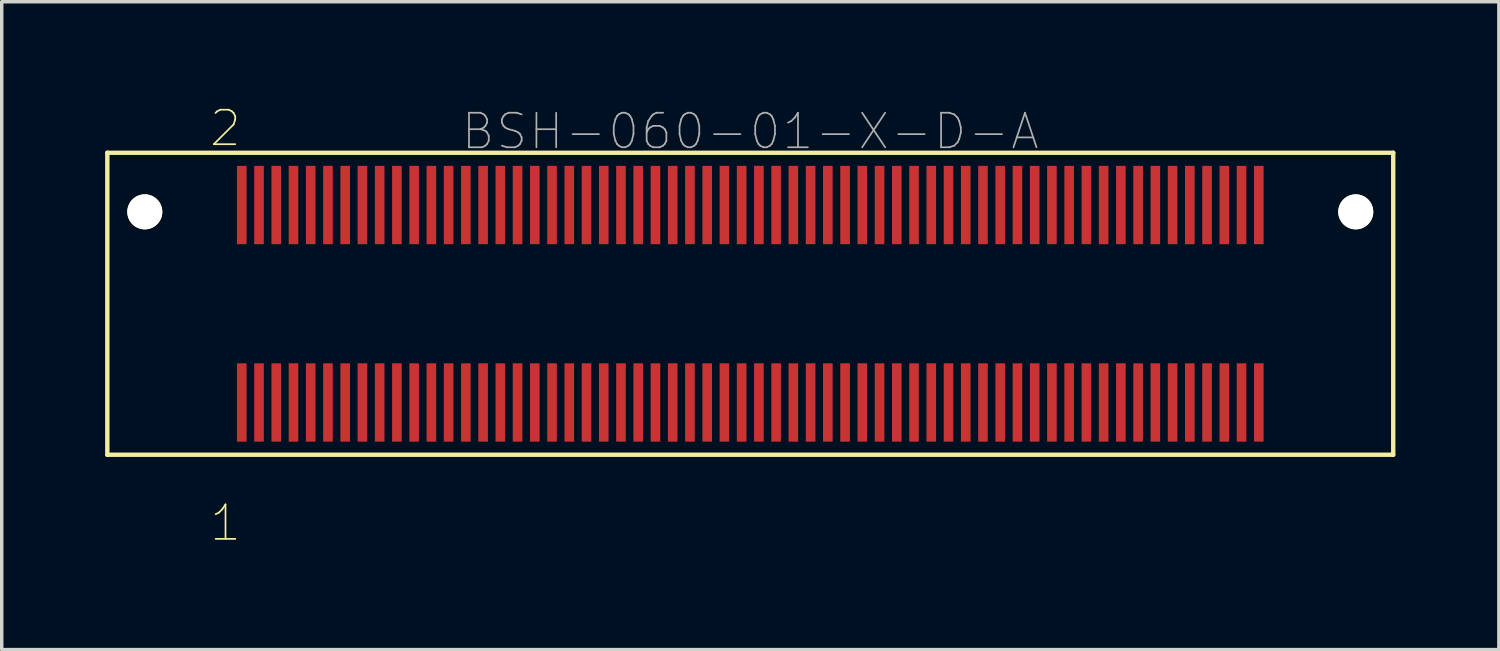
<source format=kicad_pcb>
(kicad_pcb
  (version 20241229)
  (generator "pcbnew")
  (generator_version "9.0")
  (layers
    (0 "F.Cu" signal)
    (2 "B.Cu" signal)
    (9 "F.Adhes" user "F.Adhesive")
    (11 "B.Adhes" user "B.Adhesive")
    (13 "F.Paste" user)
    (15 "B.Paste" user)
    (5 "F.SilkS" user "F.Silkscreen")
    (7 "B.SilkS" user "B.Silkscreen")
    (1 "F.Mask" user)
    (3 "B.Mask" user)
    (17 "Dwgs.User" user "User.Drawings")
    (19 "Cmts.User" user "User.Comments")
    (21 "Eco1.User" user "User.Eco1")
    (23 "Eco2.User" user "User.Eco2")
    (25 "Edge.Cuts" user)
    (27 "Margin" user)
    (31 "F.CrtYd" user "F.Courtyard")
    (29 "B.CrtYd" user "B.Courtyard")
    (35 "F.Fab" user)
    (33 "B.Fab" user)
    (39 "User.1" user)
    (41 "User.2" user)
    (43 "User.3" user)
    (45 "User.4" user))
  (footprint "BSH-060-01-X-D-A"
    (layer "F.Cu")
    (at 18.713 5.761)
    (property "Reference" "BSH-060-01-X-D-A" (at 0 -5 0) (layer "F.Fab") (effects (font (size 1.002 1.002) (thickness 0.05))))
    (attr smd)
    (fp_line (start -18.65 -4.38) (end 18.65 -4.38) (stroke (width 0.127) (type solid)) (layer "F.SilkS"))
    (fp_line (start -18.65 4.38) (end -18.65 -4.38) (stroke (width 0.127) (type solid)) (layer "F.SilkS"))
    (fp_line (start 18.65 -4.38) (end 18.65 4.38) (stroke (width 0.127) (type solid)) (layer "F.SilkS"))
    (fp_line (start 18.65 4.38) (end -18.65 4.38) (stroke (width 0.127) (type solid)) (layer "F.SilkS"))
    (fp_line (start -18.15 -3.62) (end 18.15 -3.62) (stroke (width 0.127) (type solid)) (layer "Eco2.User"))
    (fp_line (start -18.15 3.62) (end -18.15 -3.62) (stroke (width 0.127) (type solid)) (layer "Eco2.User"))
    (fp_line (start 18.15 -3.62) (end 18.15 3.62) (stroke (width 0.127) (type solid)) (layer "Eco2.User"))
    (fp_line (start 18.15 3.62) (end -18.15 3.62) (stroke (width 0.127) (type solid)) (layer "Eco2.User"))
    (fp_text user "2" (at -15.226 -5.089 0) (layer "F.SilkS") (effects (font (size 1 1) (thickness 0.05))))
    (fp_text user "1" (at -15.222 6.359 0) (layer "F.SilkS") (effects (font (size 1 1) (thickness 0.05))))
    (pad "" np_thru_hole circle (at -17.563 -2.666) (size 1.016 1.016) (drill 1.016) (layers "*.Cu" "*.Mask" "F.SilkS"))
    (pad "" np_thru_hole circle (at 17.563 -2.666) (size 1.016 1.016) (drill 1.016) (layers "*.Cu" "*.Mask" "F.SilkS"))
    (pad "1" smd rect (at -14.75 2.864) (size 0.279 2.273) (layers "F.Cu" "F.Mask" "F.Paste"))
    (pad "2" smd rect (at -14.75 -2.864) (size 0.279 2.273) (layers "F.Cu" "F.Mask" "F.Paste"))
    (pad "3" smd rect (at -14.25 2.864) (size 0.279 2.273) (layers "F.Cu" "F.Mask" "F.Paste"))
    (pad "4" smd rect (at -14.25 -2.864) (size 0.279 2.273) (layers "F.Cu" "F.Mask" "F.Paste"))
    (pad "5" smd rect (at -13.75 2.864) (size 0.279 2.273) (layers "F.Cu" "F.Mask" "F.Paste"))
    (pad "6" smd rect (at -13.75 -2.864) (size 0.279 2.273) (layers "F.Cu" "F.Mask" "F.Paste"))
    (pad "7" smd rect (at -13.25 2.864) (size 0.279 2.273) (layers "F.Cu" "F.Mask" "F.Paste"))
    (pad "8" smd rect (at -13.25 -2.864) (size 0.279 2.273) (layers "F.Cu" "F.Mask" "F.Paste"))
    (pad "9" smd rect (at -12.75 2.864) (size 0.279 2.273) (layers "F.Cu" "F.Mask" "F.Paste"))
    (pad "10" smd rect (at -12.75 -2.864) (size 0.279 2.273) (layers "F.Cu" "F.Mask" "F.Paste"))
    (pad "11" smd rect (at -12.25 2.864) (size 0.279 2.273) (layers "F.Cu" "F.Mask" "F.Paste"))
    (pad "12" smd rect (at -12.25 -2.864) (size 0.279 2.273) (layers "F.Cu" "F.Mask" "F.Paste"))
    (pad "13" smd rect (at -11.75 2.864) (size 0.279 2.273) (layers "F.Cu" "F.Mask" "F.Paste"))
    (pad "14" smd rect (at -11.75 -2.864) (size 0.279 2.273) (layers "F.Cu" "F.Mask" "F.Paste"))
    (pad "15" smd rect (at -11.25 2.864) (size 0.279 2.273) (layers "F.Cu" "F.Mask" "F.Paste"))
    (pad "16" smd rect (at -11.25 -2.864) (size 0.279 2.273) (layers "F.Cu" "F.Mask" "F.Paste"))
    (pad "17" smd rect (at -10.75 2.864) (size 0.279 2.273) (layers "F.Cu" "F.Mask" "F.Paste"))
    (pad "18" smd rect (at -10.75 -2.864) (size 0.279 2.273) (layers "F.Cu" "F.Mask" "F.Paste"))
    (pad "19" smd rect (at -10.25 2.864) (size 0.279 2.273) (layers "F.Cu" "F.Mask" "F.Paste"))
    (pad "20" smd rect (at -10.25 -2.864) (size 0.279 2.273) (layers "F.Cu" "F.Mask" "F.Paste"))
    (pad "21" smd rect (at -9.75 2.864) (size 0.279 2.273) (layers "F.Cu" "F.Mask" "F.Paste"))
    (pad "22" smd rect (at -9.75 -2.864) (size 0.279 2.273) (layers "F.Cu" "F.Mask" "F.Paste"))
    (pad "23" smd rect (at -9.25 2.864) (size 0.279 2.273) (layers "F.Cu" "F.Mask" "F.Paste"))
    (pad "24" smd rect (at -9.25 -2.864) (size 0.279 2.273) (layers "F.Cu" "F.Mask" "F.Paste"))
    (pad "25" smd rect (at -8.75 2.864) (size 0.279 2.273) (layers "F.Cu" "F.Mask" "F.Paste"))
    (pad "26" smd rect (at -8.75 -2.864) (size 0.279 2.273) (layers "F.Cu" "F.Mask" "F.Paste"))
    (pad "27" smd rect (at -8.25 2.864) (size 0.279 2.273) (layers "F.Cu" "F.Mask" "F.Paste"))
    (pad "28" smd rect (at -8.25 -2.864) (size 0.279 2.273) (layers "F.Cu" "F.Mask" "F.Paste"))
    (pad "29" smd rect (at -7.75 2.864) (size 0.279 2.273) (layers "F.Cu" "F.Mask" "F.Paste"))
    (pad "30" smd rect (at -7.75 -2.864) (size 0.279 2.273) (layers "F.Cu" "F.Mask" "F.Paste"))
    (pad "31" smd rect (at -7.25 2.864) (size 0.279 2.273) (layers "F.Cu" "F.Mask" "F.Paste"))
    (pad "32" smd rect (at -7.25 -2.864) (size 0.279 2.273) (layers "F.Cu" "F.Mask" "F.Paste"))
    (pad "33" smd rect (at -6.75 2.864) (size 0.279 2.273) (layers "F.Cu" "F.Mask" "F.Paste"))
    (pad "34" smd rect (at -6.75 -2.864) (size 0.279 2.273) (layers "F.Cu" "F.Mask" "F.Paste"))
    (pad "35" smd rect (at -6.25 2.864) (size 0.279 2.273) (layers "F.Cu" "F.Mask" "F.Paste"))
    (pad "36" smd rect (at -6.25 -2.864) (size 0.279 2.273) (layers "F.Cu" "F.Mask" "F.Paste"))
    (pad "37" smd rect (at -5.75 2.864) (size 0.279 2.273) (layers "F.Cu" "F.Mask" "F.Paste"))
    (pad "38" smd rect (at -5.75 -2.864) (size 0.279 2.273) (layers "F.Cu" "F.Mask" "F.Paste"))
    (pad "39" smd rect (at -5.25 2.864) (size 0.279 2.273) (layers "F.Cu" "F.Mask" "F.Paste"))
    (pad "40" smd rect (at -5.25 -2.864) (size 0.279 2.273) (layers "F.Cu" "F.Mask" "F.Paste"))
    (pad "41" smd rect (at -4.75 2.864) (size 0.279 2.273) (layers "F.Cu" "F.Mask" "F.Paste"))
    (pad "42" smd rect (at -4.75 -2.864) (size 0.279 2.273) (layers "F.Cu" "F.Mask" "F.Paste"))
    (pad "43" smd rect (at -4.25 2.864) (size 0.279 2.273) (layers "F.Cu" "F.Mask" "F.Paste"))
    (pad "44" smd rect (at -4.25 -2.864) (size 0.279 2.273) (layers "F.Cu" "F.Mask" "F.Paste"))
    (pad "45" smd rect (at -3.75 2.864) (size 0.279 2.273) (layers "F.Cu" "F.Mask" "F.Paste"))
    (pad "46" smd rect (at -3.75 -2.864) (size 0.279 2.273) (layers "F.Cu" "F.Mask" "F.Paste"))
    (pad "47" smd rect (at -3.25 2.864) (size 0.279 2.273) (layers "F.Cu" "F.Mask" "F.Paste"))
    (pad "48" smd rect (at -3.25 -2.864) (size 0.279 2.273) (layers "F.Cu" "F.Mask" "F.Paste"))
    (pad "49" smd rect (at -2.75 2.864) (size 0.279 2.273) (layers "F.Cu" "F.Mask" "F.Paste"))
    (pad "50" smd rect (at -2.75 -2.864) (size 0.279 2.273) (layers "F.Cu" "F.Mask" "F.Paste"))
    (pad "51" smd rect (at -2.25 2.864) (size 0.279 2.273) (layers "F.Cu" "F.Mask" "F.Paste"))
    (pad "52" smd rect (at -2.25 -2.864) (size 0.279 2.273) (layers "F.Cu" "F.Mask" "F.Paste"))
    (pad "53" smd rect (at -1.75 2.864) (size 0.279 2.273) (layers "F.Cu" "F.Mask" "F.Paste"))
    (pad "54" smd rect (at -1.75 -2.864) (size 0.279 2.273) (layers "F.Cu" "F.Mask" "F.Paste"))
    (pad "55" smd rect (at -1.25 2.864) (size 0.279 2.273) (layers "F.Cu" "F.Mask" "F.Paste"))
    (pad "56" smd rect (at -1.25 -2.864) (size 0.279 2.273) (layers "F.Cu" "F.Mask" "F.Paste"))
    (pad "57" smd rect (at -0.75 2.864) (size 0.279 2.273) (layers "F.Cu" "F.Mask" "F.Paste"))
    (pad "58" smd rect (at -0.75 -2.864) (size 0.279 2.273) (layers "F.Cu" "F.Mask" "F.Paste"))
    (pad "59" smd rect (at -0.25 2.864) (size 0.279 2.273) (layers "F.Cu" "F.Mask" "F.Paste"))
    (pad "60" smd rect (at -0.25 -2.864) (size 0.279 2.273) (layers "F.Cu" "F.Mask" "F.Paste"))
    (pad "61" smd rect (at 0.25 2.864) (size 0.279 2.273) (layers "F.Cu" "F.Mask" "F.Paste"))
    (pad "62" smd rect (at 0.25 -2.864) (size 0.279 2.273) (layers "F.Cu" "F.Mask" "F.Paste"))
    (pad "63" smd rect (at 0.75 2.864) (size 0.279 2.273) (layers "F.Cu" "F.Mask" "F.Paste"))
    (pad "64" smd rect (at 0.75 -2.864) (size 0.279 2.273) (layers "F.Cu" "F.Mask" "F.Paste"))
    (pad "65" smd rect (at 1.25 2.864) (size 0.279 2.273) (layers "F.Cu" "F.Mask" "F.Paste"))
    (pad "66" smd rect (at 1.25 -2.864) (size 0.279 2.273) (layers "F.Cu" "F.Mask" "F.Paste"))
    (pad "67" smd rect (at 1.75 2.864) (size 0.279 2.273) (layers "F.Cu" "F.Mask" "F.Paste"))
    (pad "68" smd rect (at 1.75 -2.864) (size 0.279 2.273) (layers "F.Cu" "F.Mask" "F.Paste"))
    (pad "69" smd rect (at 2.25 2.864) (size 0.279 2.273) (layers "F.Cu" "F.Mask" "F.Paste"))
    (pad "70" smd rect (at 2.25 -2.864) (size 0.279 2.273) (layers "F.Cu" "F.Mask" "F.Paste"))
    (pad "71" smd rect (at 2.75 2.864) (size 0.279 2.273) (layers "F.Cu" "F.Mask" "F.Paste"))
    (pad "72" smd rect (at 2.75 -2.864) (size 0.279 2.273) (layers "F.Cu" "F.Mask" "F.Paste"))
    (pad "73" smd rect (at 3.25 2.864) (size 0.279 2.273) (layers "F.Cu" "F.Mask" "F.Paste"))
    (pad "74" smd rect (at 3.25 -2.864) (size 0.279 2.273) (layers "F.Cu" "F.Mask" "F.Paste"))
    (pad "75" smd rect (at 3.75 2.864) (size 0.279 2.273) (layers "F.Cu" "F.Mask" "F.Paste"))
    (pad "76" smd rect (at 3.75 -2.864) (size 0.279 2.273) (layers "F.Cu" "F.Mask" "F.Paste"))
    (pad "77" smd rect (at 4.25 2.864) (size 0.279 2.273) (layers "F.Cu" "F.Mask" "F.Paste"))
    (pad "78" smd rect (at 4.25 -2.864) (size 0.279 2.273) (layers "F.Cu" "F.Mask" "F.Paste"))
    (pad "79" smd rect (at 4.75 2.864) (size 0.279 2.273) (layers "F.Cu" "F.Mask" "F.Paste"))
    (pad "80" smd rect (at 4.75 -2.864) (size 0.279 2.273) (layers "F.Cu" "F.Mask" "F.Paste"))
    (pad "81" smd rect (at 5.25 2.864) (size 0.279 2.273) (layers "F.Cu" "F.Mask" "F.Paste"))
    (pad "82" smd rect (at 5.25 -2.864) (size 0.279 2.273) (layers "F.Cu" "F.Mask" "F.Paste"))
    (pad "83" smd rect (at 5.75 2.864) (size 0.279 2.273) (layers "F.Cu" "F.Mask" "F.Paste"))
    (pad "84" smd rect (at 5.75 -2.864) (size 0.279 2.273) (layers "F.Cu" "F.Mask" "F.Paste"))
    (pad "85" smd rect (at 6.25 2.864) (size 0.279 2.273) (layers "F.Cu" "F.Mask" "F.Paste"))
    (pad "86" smd rect (at 6.25 -2.864) (size 0.279 2.273) (layers "F.Cu" "F.Mask" "F.Paste"))
    (pad "87" smd rect (at 6.75 2.864) (size 0.279 2.273) (layers "F.Cu" "F.Mask" "F.Paste"))
    (pad "88" smd rect (at 6.75 -2.864) (size 0.279 2.273) (layers "F.Cu" "F.Mask" "F.Paste"))
    (pad "89" smd rect (at 7.25 2.864) (size 0.279 2.273) (layers "F.Cu" "F.Mask" "F.Paste"))
    (pad "90" smd rect (at 7.25 -2.864) (size 0.279 2.273) (layers "F.Cu" "F.Mask" "F.Paste"))
    (pad "91" smd rect (at 7.75 2.864) (size 0.279 2.273) (layers "F.Cu" "F.Mask" "F.Paste"))
    (pad "92" smd rect (at 7.75 -2.864) (size 0.279 2.273) (layers "F.Cu" "F.Mask" "F.Paste"))
    (pad "93" smd rect (at 8.25 2.864) (size 0.279 2.273) (layers "F.Cu" "F.Mask" "F.Paste"))
    (pad "94" smd rect (at 8.25 -2.864) (size 0.279 2.273) (layers "F.Cu" "F.Mask" "F.Paste"))
    (pad "95" smd rect (at 8.75 2.864) (size 0.279 2.273) (layers "F.Cu" "F.Mask" "F.Paste"))
    (pad "96" smd rect (at 8.75 -2.864) (size 0.279 2.273) (layers "F.Cu" "F.Mask" "F.Paste"))
    (pad "97" smd rect (at 9.25 2.864) (size 0.279 2.273) (layers "F.Cu" "F.Mask" "F.Paste"))
    (pad "98" smd rect (at 9.25 -2.864) (size 0.279 2.273) (layers "F.Cu" "F.Mask" "F.Paste"))
    (pad "99" smd rect (at 9.75 2.864) (size 0.279 2.273) (layers "F.Cu" "F.Mask" "F.Paste"))
    (pad "100" smd rect (at 9.75 -2.864) (size 0.279 2.273) (layers "F.Cu" "F.Mask" "F.Paste"))
    (pad "101" smd rect (at 10.25 2.864) (size 0.279 2.273) (layers "F.Cu" "F.Mask" "F.Paste"))
    (pad "102" smd rect (at 10.25 -2.864) (size 0.279 2.273) (layers "F.Cu" "F.Mask" "F.Paste"))
    (pad "103" smd rect (at 10.75 2.864) (size 0.279 2.273) (layers "F.Cu" "F.Mask" "F.Paste"))
    (pad "104" smd rect (at 10.75 -2.864) (size 0.279 2.273) (layers "F.Cu" "F.Mask" "F.Paste"))
    (pad "105" smd rect (at 11.25 2.864) (size 0.279 2.273) (layers "F.Cu" "F.Mask" "F.Paste"))
    (pad "106" smd rect (at 11.25 -2.864) (size 0.279 2.273) (layers "F.Cu" "F.Mask" "F.Paste"))
    (pad "107" smd rect (at 11.75 2.864) (size 0.279 2.273) (layers "F.Cu" "F.Mask" "F.Paste"))
    (pad "108" smd rect (at 11.75 -2.864) (size 0.279 2.273) (layers "F.Cu" "F.Mask" "F.Paste"))
    (pad "109" smd rect (at 12.25 2.864) (size 0.279 2.273) (layers "F.Cu" "F.Mask" "F.Paste"))
    (pad "110" smd rect (at 12.25 -2.864) (size 0.279 2.273) (layers "F.Cu" "F.Mask" "F.Paste"))
    (pad "111" smd rect (at 12.75 2.864) (size 0.279 2.273) (layers "F.Cu" "F.Mask" "F.Paste"))
    (pad "112" smd rect (at 12.75 -2.864) (size 0.279 2.273) (layers "F.Cu" "F.Mask" "F.Paste"))
    (pad "113" smd rect (at 13.25 2.864) (size 0.279 2.273) (layers "F.Cu" "F.Mask" "F.Paste"))
    (pad "114" smd rect (at 13.25 -2.864) (size 0.279 2.273) (layers "F.Cu" "F.Mask" "F.Paste"))
    (pad "115" smd rect (at 13.75 2.864) (size 0.279 2.273) (layers "F.Cu" "F.Mask" "F.Paste"))
    (pad "116" smd rect (at 13.75 -2.864) (size 0.279 2.273) (layers "F.Cu" "F.Mask" "F.Paste"))
    (pad "117" smd rect (at 14.25 2.864) (size 0.279 2.273) (layers "F.Cu" "F.Mask" "F.Paste"))
    (pad "118" smd rect (at 14.25 -2.864) (size 0.279 2.273) (layers "F.Cu" "F.Mask" "F.Paste"))
    (pad "119" smd rect (at 14.75 2.864) (size 0.279 2.273) (layers "F.Cu" "F.Mask" "F.Paste"))
    (pad "120" smd rect (at 14.75 -2.864) (size 0.279 2.273) (layers "F.Cu" "F.Mask" "F.Paste")))
  (gr_rect
    (start -3 -3)
    (end 40.427 15.793)
    (stroke (width 0.1) (type default))
    (fill no)
    (layer "Edge.Cuts")))
</source>
